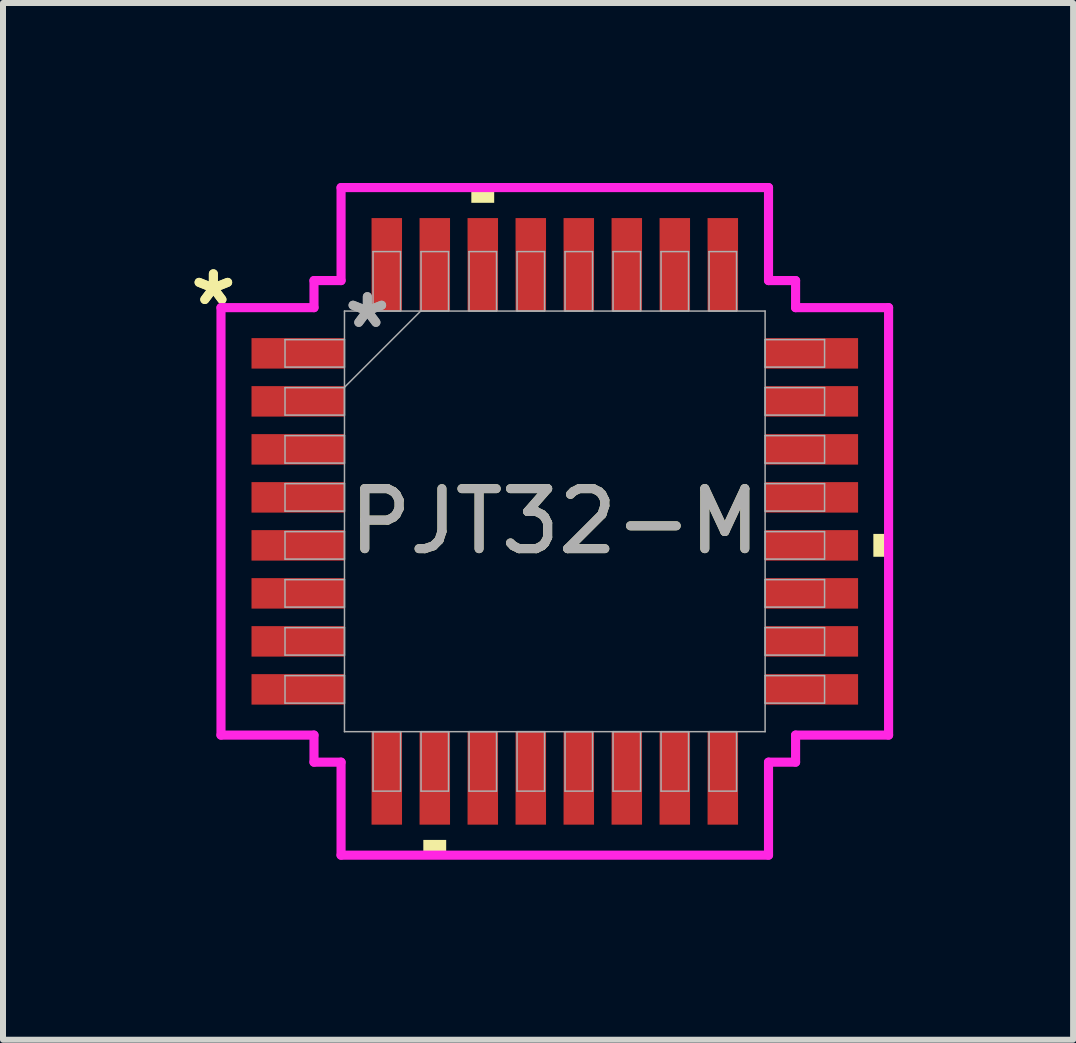
<source format=kicad_pcb>
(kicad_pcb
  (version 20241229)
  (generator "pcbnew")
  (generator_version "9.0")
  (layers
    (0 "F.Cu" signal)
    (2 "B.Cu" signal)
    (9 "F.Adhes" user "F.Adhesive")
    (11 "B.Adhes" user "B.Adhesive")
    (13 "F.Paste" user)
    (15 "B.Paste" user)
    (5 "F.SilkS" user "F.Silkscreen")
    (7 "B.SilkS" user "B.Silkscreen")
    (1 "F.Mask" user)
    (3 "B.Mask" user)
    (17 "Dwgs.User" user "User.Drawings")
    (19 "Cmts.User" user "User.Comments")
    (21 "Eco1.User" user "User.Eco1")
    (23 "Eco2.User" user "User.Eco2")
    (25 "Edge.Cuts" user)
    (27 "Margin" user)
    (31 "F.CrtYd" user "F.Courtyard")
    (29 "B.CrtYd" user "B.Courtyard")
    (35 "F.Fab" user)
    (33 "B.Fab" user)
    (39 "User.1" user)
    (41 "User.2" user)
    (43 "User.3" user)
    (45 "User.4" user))
  (footprint "PJT32-M"
    (layer "F.Cu")
    (at 6.196 5.639)
    (property "Reference" "PJT32-M" (at 0 0 0) (unlocked yes) (layer "F.SilkS") (effects (font (size 1 1) (thickness 0.15))))
    (attr smd)
    (fp_poly (pts (xy -2.191 5.309) (xy -2.191 5.563) (xy -1.81 5.563) (xy -1.81 5.309)) (stroke (width 0) (type solid)) (fill yes) (layer "F.SilkS"))
    (fp_poly (pts (xy -1.391 -5.309) (xy -1.391 -5.563) (xy -1.01 -5.563) (xy -1.01 -5.309)) (stroke (width 0) (type solid)) (fill yes) (layer "F.SilkS"))
    (fp_poly (pts (xy 5.563 0.209) (xy 5.563 0.59) (xy 5.309 0.59) (xy 5.309 0.209)) (stroke (width 0) (type solid)) (fill yes) (layer "F.SilkS"))
    (fp_line (start -5.563 -3.562) (end -4.013 -3.562) (stroke (width 0.152) (type solid)) (layer "F.CrtYd"))
    (fp_line (start -5.563 3.562) (end -5.563 -3.562) (stroke (width 0.152) (type solid)) (layer "F.CrtYd"))
    (fp_line (start -4.013 -4.013) (end -3.562 -4.013) (stroke (width 0.152) (type solid)) (layer "F.CrtYd"))
    (fp_line (start -4.013 -3.562) (end -4.013 -4.013) (stroke (width 0.152) (type solid)) (layer "F.CrtYd"))
    (fp_line (start -4.013 3.562) (end -5.563 3.562) (stroke (width 0.152) (type solid)) (layer "F.CrtYd"))
    (fp_line (start -4.013 4.013) (end -4.013 3.562) (stroke (width 0.152) (type solid)) (layer "F.CrtYd"))
    (fp_line (start -4.013 4.013) (end -3.562 4.013) (stroke (width 0.152) (type solid)) (layer "F.CrtYd"))
    (fp_line (start -3.562 -5.563) (end 3.562 -5.563) (stroke (width 0.152) (type solid)) (layer "F.CrtYd"))
    (fp_line (start -3.562 -4.013) (end -3.562 -5.563) (stroke (width 0.152) (type solid)) (layer "F.CrtYd"))
    (fp_line (start -3.562 4.013) (end -3.562 5.563) (stroke (width 0.152) (type solid)) (layer "F.CrtYd"))
    (fp_line (start -3.562 5.563) (end 3.562 5.563) (stroke (width 0.152) (type solid)) (layer "F.CrtYd"))
    (fp_line (start 3.562 -5.563) (end 3.562 -4.013) (stroke (width 0.152) (type solid)) (layer "F.CrtYd"))
    (fp_line (start 3.562 -4.013) (end 4.013 -4.013) (stroke (width 0.152) (type solid)) (layer "F.CrtYd"))
    (fp_line (start 3.562 4.013) (end 4.013 4.013) (stroke (width 0.152) (type solid)) (layer "F.CrtYd"))
    (fp_line (start 3.562 5.563) (end 3.562 4.013) (stroke (width 0.152) (type solid)) (layer "F.CrtYd"))
    (fp_line (start 4.013 -3.562) (end 4.013 -4.013) (stroke (width 0.152) (type solid)) (layer "F.CrtYd"))
    (fp_line (start 4.013 3.562) (end 5.563 3.562) (stroke (width 0.152) (type solid)) (layer "F.CrtYd"))
    (fp_line (start 4.013 4.013) (end 4.013 3.562) (stroke (width 0.152) (type solid)) (layer "F.CrtYd"))
    (fp_line (start 5.563 -3.562) (end 4.013 -3.562) (stroke (width 0.152) (type solid)) (layer "F.CrtYd"))
    (fp_line (start 5.563 3.562) (end 5.563 -3.562) (stroke (width 0.152) (type solid)) (layer "F.CrtYd"))
    (fp_line (start -4.496 -3.029) (end -4.496 -2.571) (stroke (width 0.025) (type solid)) (layer "F.Fab"))
    (fp_line (start -4.496 -2.571) (end -3.505 -2.571) (stroke (width 0.025) (type solid)) (layer "F.Fab"))
    (fp_line (start -4.496 -2.229) (end -4.496 -1.771) (stroke (width 0.025) (type solid)) (layer "F.Fab"))
    (fp_line (start -4.496 -1.771) (end -3.505 -1.771) (stroke (width 0.025) (type solid)) (layer "F.Fab"))
    (fp_line (start -4.496 -1.429) (end -4.496 -0.971) (stroke (width 0.025) (type solid)) (layer "F.Fab"))
    (fp_line (start -4.496 -0.971) (end -3.505 -0.971) (stroke (width 0.025) (type solid)) (layer "F.Fab"))
    (fp_line (start -4.496 -0.629) (end -4.496 -0.171) (stroke (width 0.025) (type solid)) (layer "F.Fab"))
    (fp_line (start -4.496 -0.171) (end -3.505 -0.171) (stroke (width 0.025) (type solid)) (layer "F.Fab"))
    (fp_line (start -4.496 0.171) (end -4.496 0.629) (stroke (width 0.025) (type solid)) (layer "F.Fab"))
    (fp_line (start -4.496 0.629) (end -3.505 0.629) (stroke (width 0.025) (type solid)) (layer "F.Fab"))
    (fp_line (start -4.496 0.971) (end -4.496 1.429) (stroke (width 0.025) (type solid)) (layer "F.Fab"))
    (fp_line (start -4.496 1.429) (end -3.505 1.429) (stroke (width 0.025) (type solid)) (layer "F.Fab"))
    (fp_line (start -4.496 1.771) (end -4.496 2.229) (stroke (width 0.025) (type solid)) (layer "F.Fab"))
    (fp_line (start -4.496 2.229) (end -3.505 2.229) (stroke (width 0.025) (type solid)) (layer "F.Fab"))
    (fp_line (start -4.496 2.571) (end -4.496 3.029) (stroke (width 0.025) (type solid)) (layer "F.Fab"))
    (fp_line (start -4.496 3.029) (end -3.505 3.029) (stroke (width 0.025) (type solid)) (layer "F.Fab"))
    (fp_line (start -3.505 -3.505) (end -3.505 3.505) (stroke (width 0.025) (type solid)) (layer "F.Fab"))
    (fp_line (start -3.505 -3.029) (end -4.496 -3.029) (stroke (width 0.025) (type solid)) (layer "F.Fab"))
    (fp_line (start -3.505 -2.571) (end -3.505 -3.029) (stroke (width 0.025) (type solid)) (layer "F.Fab"))
    (fp_line (start -3.505 -2.235) (end -2.235 -3.505) (stroke (width 0.025) (type solid)) (layer "F.Fab"))
    (fp_line (start -3.505 -2.229) (end -4.496 -2.229) (stroke (width 0.025) (type solid)) (layer "F.Fab"))
    (fp_line (start -3.505 -1.771) (end -3.505 -2.229) (stroke (width 0.025) (type solid)) (layer "F.Fab"))
    (fp_line (start -3.505 -1.429) (end -4.496 -1.429) (stroke (width 0.025) (type solid)) (layer "F.Fab"))
    (fp_line (start -3.505 -0.971) (end -3.505 -1.429) (stroke (width 0.025) (type solid)) (layer "F.Fab"))
    (fp_line (start -3.505 -0.629) (end -4.496 -0.629) (stroke (width 0.025) (type solid)) (layer "F.Fab"))
    (fp_line (start -3.505 -0.171) (end -3.505 -0.629) (stroke (width 0.025) (type solid)) (layer "F.Fab"))
    (fp_line (start -3.505 0.171) (end -4.496 0.171) (stroke (width 0.025) (type solid)) (layer "F.Fab"))
    (fp_line (start -3.505 0.629) (end -3.505 0.171) (stroke (width 0.025) (type solid)) (layer "F.Fab"))
    (fp_line (start -3.505 0.971) (end -4.496 0.971) (stroke (width 0.025) (type solid)) (layer "F.Fab"))
    (fp_line (start -3.505 1.429) (end -3.505 0.971) (stroke (width 0.025) (type solid)) (layer "F.Fab"))
    (fp_line (start -3.505 1.771) (end -4.496 1.771) (stroke (width 0.025) (type solid)) (layer "F.Fab"))
    (fp_line (start -3.505 2.229) (end -3.505 1.771) (stroke (width 0.025) (type solid)) (layer "F.Fab"))
    (fp_line (start -3.505 2.571) (end -4.496 2.571) (stroke (width 0.025) (type solid)) (layer "F.Fab"))
    (fp_line (start -3.505 3.029) (end -3.505 2.571) (stroke (width 0.025) (type solid)) (layer "F.Fab"))
    (fp_line (start -3.505 3.505) (end 3.505 3.505) (stroke (width 0.025) (type solid)) (layer "F.Fab"))
    (fp_line (start -3.029 -4.496) (end -3.029 -3.505) (stroke (width 0.025) (type solid)) (layer "F.Fab"))
    (fp_line (start -3.029 -3.505) (end -2.571 -3.505) (stroke (width 0.025) (type solid)) (layer "F.Fab"))
    (fp_line (start -3.029 3.505) (end -3.029 4.496) (stroke (width 0.025) (type solid)) (layer "F.Fab"))
    (fp_line (start -3.029 4.496) (end -2.571 4.496) (stroke (width 0.025) (type solid)) (layer "F.Fab"))
    (fp_line (start -2.571 -4.496) (end -3.029 -4.496) (stroke (width 0.025) (type solid)) (layer "F.Fab"))
    (fp_line (start -2.571 -3.505) (end -2.571 -4.496) (stroke (width 0.025) (type solid)) (layer "F.Fab"))
    (fp_line (start -2.571 3.505) (end -3.029 3.505) (stroke (width 0.025) (type solid)) (layer "F.Fab"))
    (fp_line (start -2.571 4.496) (end -2.571 3.505) (stroke (width 0.025) (type solid)) (layer "F.Fab"))
    (fp_line (start -2.229 -4.496) (end -2.229 -3.505) (stroke (width 0.025) (type solid)) (layer "F.Fab"))
    (fp_line (start -2.229 -3.505) (end -1.771 -3.505) (stroke (width 0.025) (type solid)) (layer "F.Fab"))
    (fp_line (start -2.229 3.505) (end -2.229 4.496) (stroke (width 0.025) (type solid)) (layer "F.Fab"))
    (fp_line (start -2.229 4.496) (end -1.771 4.496) (stroke (width 0.025) (type solid)) (layer "F.Fab"))
    (fp_line (start -1.771 -4.496) (end -2.229 -4.496) (stroke (width 0.025) (type solid)) (layer "F.Fab"))
    (fp_line (start -1.771 -3.505) (end -1.771 -4.496) (stroke (width 0.025) (type solid)) (layer "F.Fab"))
    (fp_line (start -1.771 3.505) (end -2.229 3.505) (stroke (width 0.025) (type solid)) (layer "F.Fab"))
    (fp_line (start -1.771 4.496) (end -1.771 3.505) (stroke (width 0.025) (type solid)) (layer "F.Fab"))
    (fp_line (start -1.429 -4.496) (end -1.429 -3.505) (stroke (width 0.025) (type solid)) (layer "F.Fab"))
    (fp_line (start -1.429 -3.505) (end -0.971 -3.505) (stroke (width 0.025) (type solid)) (layer "F.Fab"))
    (fp_line (start -1.429 3.505) (end -1.429 4.496) (stroke (width 0.025) (type solid)) (layer "F.Fab"))
    (fp_line (start -1.429 4.496) (end -0.971 4.496) (stroke (width 0.025) (type solid)) (layer "F.Fab"))
    (fp_line (start -0.971 -4.496) (end -1.429 -4.496) (stroke (width 0.025) (type solid)) (layer "F.Fab"))
    (fp_line (start -0.971 -3.505) (end -0.971 -4.496) (stroke (width 0.025) (type solid)) (layer "F.Fab"))
    (fp_line (start -0.971 3.505) (end -1.429 3.505) (stroke (width 0.025) (type solid)) (layer "F.Fab"))
    (fp_line (start -0.971 4.496) (end -0.971 3.505) (stroke (width 0.025) (type solid)) (layer "F.Fab"))
    (fp_line (start -0.629 -4.496) (end -0.629 -3.505) (stroke (width 0.025) (type solid)) (layer "F.Fab"))
    (fp_line (start -0.629 -3.505) (end -0.171 -3.505) (stroke (width 0.025) (type solid)) (layer "F.Fab"))
    (fp_line (start -0.629 3.505) (end -0.629 4.496) (stroke (width 0.025) (type solid)) (layer "F.Fab"))
    (fp_line (start -0.629 4.496) (end -0.171 4.496) (stroke (width 0.025) (type solid)) (layer "F.Fab"))
    (fp_line (start -0.171 -4.496) (end -0.629 -4.496) (stroke (width 0.025) (type solid)) (layer "F.Fab"))
    (fp_line (start -0.171 -3.505) (end -0.171 -4.496) (stroke (width 0.025) (type solid)) (layer "F.Fab"))
    (fp_line (start -0.171 3.505) (end -0.629 3.505) (stroke (width 0.025) (type solid)) (layer "F.Fab"))
    (fp_line (start -0.171 4.496) (end -0.171 3.505) (stroke (width 0.025) (type solid)) (layer "F.Fab"))
    (fp_line (start 0.171 -4.496) (end 0.171 -3.505) (stroke (width 0.025) (type solid)) (layer "F.Fab"))
    (fp_line (start 0.171 -3.505) (end 0.629 -3.505) (stroke (width 0.025) (type solid)) (layer "F.Fab"))
    (fp_line (start 0.171 3.505) (end 0.171 4.496) (stroke (width 0.025) (type solid)) (layer "F.Fab"))
    (fp_line (start 0.171 4.496) (end 0.629 4.496) (stroke (width 0.025) (type solid)) (layer "F.Fab"))
    (fp_line (start 0.629 -4.496) (end 0.171 -4.496) (stroke (width 0.025) (type solid)) (layer "F.Fab"))
    (fp_line (start 0.629 -3.505) (end 0.629 -4.496) (stroke (width 0.025) (type solid)) (layer "F.Fab"))
    (fp_line (start 0.629 3.505) (end 0.171 3.505) (stroke (width 0.025) (type solid)) (layer "F.Fab"))
    (fp_line (start 0.629 4.496) (end 0.629 3.505) (stroke (width 0.025) (type solid)) (layer "F.Fab"))
    (fp_line (start 0.971 -4.496) (end 0.971 -3.505) (stroke (width 0.025) (type solid)) (layer "F.Fab"))
    (fp_line (start 0.971 -3.505) (end 1.429 -3.505) (stroke (width 0.025) (type solid)) (layer "F.Fab"))
    (fp_line (start 0.971 3.505) (end 0.971 4.496) (stroke (width 0.025) (type solid)) (layer "F.Fab"))
    (fp_line (start 0.971 4.496) (end 1.429 4.496) (stroke (width 0.025) (type solid)) (layer "F.Fab"))
    (fp_line (start 1.429 -4.496) (end 0.971 -4.496) (stroke (width 0.025) (type solid)) (layer "F.Fab"))
    (fp_line (start 1.429 -3.505) (end 1.429 -4.496) (stroke (width 0.025) (type solid)) (layer "F.Fab"))
    (fp_line (start 1.429 3.505) (end 0.971 3.505) (stroke (width 0.025) (type solid)) (layer "F.Fab"))
    (fp_line (start 1.429 4.496) (end 1.429 3.505) (stroke (width 0.025) (type solid)) (layer "F.Fab"))
    (fp_line (start 1.771 -4.496) (end 1.771 -3.505) (stroke (width 0.025) (type solid)) (layer "F.Fab"))
    (fp_line (start 1.771 -3.505) (end 2.229 -3.505) (stroke (width 0.025) (type solid)) (layer "F.Fab"))
    (fp_line (start 1.771 3.505) (end 1.771 4.496) (stroke (width 0.025) (type solid)) (layer "F.Fab"))
    (fp_line (start 1.771 4.496) (end 2.229 4.496) (stroke (width 0.025) (type solid)) (layer "F.Fab"))
    (fp_line (start 2.229 -4.496) (end 1.771 -4.496) (stroke (width 0.025) (type solid)) (layer "F.Fab"))
    (fp_line (start 2.229 -3.505) (end 2.229 -4.496) (stroke (width 0.025) (type solid)) (layer "F.Fab"))
    (fp_line (start 2.229 3.505) (end 1.771 3.505) (stroke (width 0.025) (type solid)) (layer "F.Fab"))
    (fp_line (start 2.229 4.496) (end 2.229 3.505) (stroke (width 0.025) (type solid)) (layer "F.Fab"))
    (fp_line (start 2.571 -4.496) (end 2.571 -3.505) (stroke (width 0.025) (type solid)) (layer "F.Fab"))
    (fp_line (start 2.571 -3.505) (end 3.029 -3.505) (stroke (width 0.025) (type solid)) (layer "F.Fab"))
    (fp_line (start 2.571 3.505) (end 2.571 4.496) (stroke (width 0.025) (type solid)) (layer "F.Fab"))
    (fp_line (start 2.571 4.496) (end 3.029 4.496) (stroke (width 0.025) (type solid)) (layer "F.Fab"))
    (fp_line (start 3.029 -4.496) (end 2.571 -4.496) (stroke (width 0.025) (type solid)) (layer "F.Fab"))
    (fp_line (start 3.029 -3.505) (end 3.029 -4.496) (stroke (width 0.025) (type solid)) (layer "F.Fab"))
    (fp_line (start 3.029 3.505) (end 2.571 3.505) (stroke (width 0.025) (type solid)) (layer "F.Fab"))
    (fp_line (start 3.029 4.496) (end 3.029 3.505) (stroke (width 0.025) (type solid)) (layer "F.Fab"))
    (fp_line (start 3.505 -3.505) (end -3.505 -3.505) (stroke (width 0.025) (type solid)) (layer "F.Fab"))
    (fp_line (start 3.505 -3.029) (end 3.505 -2.571) (stroke (width 0.025) (type solid)) (layer "F.Fab"))
    (fp_line (start 3.505 -2.571) (end 4.496 -2.571) (stroke (width 0.025) (type solid)) (layer "F.Fab"))
    (fp_line (start 3.505 -2.229) (end 3.505 -1.771) (stroke (width 0.025) (type solid)) (layer "F.Fab"))
    (fp_line (start 3.505 -1.771) (end 4.496 -1.771) (stroke (width 0.025) (type solid)) (layer "F.Fab"))
    (fp_line (start 3.505 -1.429) (end 3.505 -0.971) (stroke (width 0.025) (type solid)) (layer "F.Fab"))
    (fp_line (start 3.505 -0.971) (end 4.496 -0.971) (stroke (width 0.025) (type solid)) (layer "F.Fab"))
    (fp_line (start 3.505 -0.629) (end 3.505 -0.171) (stroke (width 0.025) (type solid)) (layer "F.Fab"))
    (fp_line (start 3.505 -0.171) (end 4.496 -0.171) (stroke (width 0.025) (type solid)) (layer "F.Fab"))
    (fp_line (start 3.505 0.171) (end 3.505 0.629) (stroke (width 0.025) (type solid)) (layer "F.Fab"))
    (fp_line (start 3.505 0.629) (end 4.496 0.629) (stroke (width 0.025) (type solid)) (layer "F.Fab"))
    (fp_line (start 3.505 0.971) (end 3.505 1.429) (stroke (width 0.025) (type solid)) (layer "F.Fab"))
    (fp_line (start 3.505 1.429) (end 4.496 1.429) (stroke (width 0.025) (type solid)) (layer "F.Fab"))
    (fp_line (start 3.505 1.771) (end 3.505 2.229) (stroke (width 0.025) (type solid)) (layer "F.Fab"))
    (fp_line (start 3.505 2.229) (end 4.496 2.229) (stroke (width 0.025) (type solid)) (layer "F.Fab"))
    (fp_line (start 3.505 2.571) (end 3.505 3.029) (stroke (width 0.025) (type solid)) (layer "F.Fab"))
    (fp_line (start 3.505 3.029) (end 4.496 3.029) (stroke (width 0.025) (type solid)) (layer "F.Fab"))
    (fp_line (start 3.505 3.505) (end 3.505 -3.505) (stroke (width 0.025) (type solid)) (layer "F.Fab"))
    (fp_line (start 4.496 -3.029) (end 3.505 -3.029) (stroke (width 0.025) (type solid)) (layer "F.Fab"))
    (fp_line (start 4.496 -2.571) (end 4.496 -3.029) (stroke (width 0.025) (type solid)) (layer "F.Fab"))
    (fp_line (start 4.496 -2.229) (end 3.505 -2.229) (stroke (width 0.025) (type solid)) (layer "F.Fab"))
    (fp_line (start 4.496 -1.771) (end 4.496 -2.229) (stroke (width 0.025) (type solid)) (layer "F.Fab"))
    (fp_line (start 4.496 -1.429) (end 3.505 -1.429) (stroke (width 0.025) (type solid)) (layer "F.Fab"))
    (fp_line (start 4.496 -0.971) (end 4.496 -1.429) (stroke (width 0.025) (type solid)) (layer "F.Fab"))
    (fp_line (start 4.496 -0.629) (end 3.505 -0.629) (stroke (width 0.025) (type solid)) (layer "F.Fab"))
    (fp_line (start 4.496 -0.171) (end 4.496 -0.629) (stroke (width 0.025) (type solid)) (layer "F.Fab"))
    (fp_line (start 4.496 0.171) (end 3.505 0.171) (stroke (width 0.025) (type solid)) (layer "F.Fab"))
    (fp_line (start 4.496 0.629) (end 4.496 0.171) (stroke (width 0.025) (type solid)) (layer "F.Fab"))
    (fp_line (start 4.496 0.971) (end 3.505 0.971) (stroke (width 0.025) (type solid)) (layer "F.Fab"))
    (fp_line (start 4.496 1.429) (end 4.496 0.971) (stroke (width 0.025) (type solid)) (layer "F.Fab"))
    (fp_line (start 4.496 1.771) (end 3.505 1.771) (stroke (width 0.025) (type solid)) (layer "F.Fab"))
    (fp_line (start 4.496 2.229) (end 4.496 1.771) (stroke (width 0.025) (type solid)) (layer "F.Fab"))
    (fp_line (start 4.496 2.571) (end 3.505 2.571) (stroke (width 0.025) (type solid)) (layer "F.Fab"))
    (fp_line (start 4.496 3.029) (end 4.496 2.571) (stroke (width 0.025) (type solid)) (layer "F.Fab"))
    (fp_text user "*" (at -5.69 -3.581 0) (layer "F.SilkS") (effects (font (size 1 1) (thickness 0.15))))
    (fp_text user "*" (at -5.69 -3.581 0) (unlocked yes) (layer "F.SilkS") (effects (font (size 1 1) (thickness 0.15))))
    (fp_text user "*" (at -3.124 -3.2 0) (layer "F.Fab") (effects (font (size 1 1) (thickness 0.15))))
    (fp_text user "${REFERENCE}" (at 0 0 0) (unlocked yes) (layer "F.Fab") (effects (font (size 1 1) (thickness 0.15))))
    (fp_text user "*" (at -3.124 -3.2 0) (unlocked yes) (layer "F.Fab") (effects (font (size 1 1) (thickness 0.15))))
    (pad "1" smd rect (at -4.28 -2.8 90) (size 0.508 1.549) (layers "F.Cu" "F.Mask" "F.Paste"))
    (pad "2" smd rect (at -4.28 -2 90) (size 0.508 1.549) (layers "F.Cu" "F.Mask" "F.Paste"))
    (pad "3" smd rect (at -4.28 -1.2 90) (size 0.508 1.549) (layers "F.Cu" "F.Mask" "F.Paste"))
    (pad "4" smd rect (at -4.28 -0.4 90) (size 0.508 1.549) (layers "F.Cu" "F.Mask" "F.Paste"))
    (pad "5" smd rect (at -4.28 0.4 90) (size 0.508 1.549) (layers "F.Cu" "F.Mask" "F.Paste"))
    (pad "6" smd rect (at -4.28 1.2 90) (size 0.508 1.549) (layers "F.Cu" "F.Mask" "F.Paste"))
    (pad "7" smd rect (at -4.28 2 90) (size 0.508 1.549) (layers "F.Cu" "F.Mask" "F.Paste"))
    (pad "8" smd rect (at -4.28 2.8 90) (size 0.508 1.549) (layers "F.Cu" "F.Mask" "F.Paste"))
    (pad "9" smd rect (at -2.8 4.28) (size 0.508 1.549) (layers "F.Cu" "F.Mask" "F.Paste"))
    (pad "10" smd rect (at -2 4.28) (size 0.508 1.549) (layers "F.Cu" "F.Mask" "F.Paste"))
    (pad "11" smd rect (at -1.2 4.28) (size 0.508 1.549) (layers "F.Cu" "F.Mask" "F.Paste"))
    (pad "12" smd rect (at -0.4 4.28) (size 0.508 1.549) (layers "F.Cu" "F.Mask" "F.Paste"))
    (pad "13" smd rect (at 0.4 4.28) (size 0.508 1.549) (layers "F.Cu" "F.Mask" "F.Paste"))
    (pad "14" smd rect (at 1.2 4.28) (size 0.508 1.549) (layers "F.Cu" "F.Mask" "F.Paste"))
    (pad "15" smd rect (at 2 4.28) (size 0.508 1.549) (layers "F.Cu" "F.Mask" "F.Paste"))
    (pad "16" smd rect (at 2.8 4.28) (size 0.508 1.549) (layers "F.Cu" "F.Mask" "F.Paste"))
    (pad "17" smd rect (at 4.28 2.8 90) (size 0.508 1.549) (layers "F.Cu" "F.Mask" "F.Paste"))
    (pad "18" smd rect (at 4.28 2 90) (size 0.508 1.549) (layers "F.Cu" "F.Mask" "F.Paste"))
    (pad "19" smd rect (at 4.28 1.2 90) (size 0.508 1.549) (layers "F.Cu" "F.Mask" "F.Paste"))
    (pad "20" smd rect (at 4.28 0.4 90) (size 0.508 1.549) (layers "F.Cu" "F.Mask" "F.Paste"))
    (pad "21" smd rect (at 4.28 -0.4 90) (size 0.508 1.549) (layers "F.Cu" "F.Mask" "F.Paste"))
    (pad "22" smd rect (at 4.28 -1.2 90) (size 0.508 1.549) (layers "F.Cu" "F.Mask" "F.Paste"))
    (pad "23" smd rect (at 4.28 -2 90) (size 0.508 1.549) (layers "F.Cu" "F.Mask" "F.Paste"))
    (pad "24" smd rect (at 4.28 -2.8 90) (size 0.508 1.549) (layers "F.Cu" "F.Mask" "F.Paste"))
    (pad "25" smd rect (at 2.8 -4.28) (size 0.508 1.549) (layers "F.Cu" "F.Mask" "F.Paste"))
    (pad "26" smd rect (at 2 -4.28) (size 0.508 1.549) (layers "F.Cu" "F.Mask" "F.Paste"))
    (pad "27" smd rect (at 1.2 -4.28) (size 0.508 1.549) (layers "F.Cu" "F.Mask" "F.Paste"))
    (pad "28" smd rect (at 0.4 -4.28) (size 0.508 1.549) (layers "F.Cu" "F.Mask" "F.Paste"))
    (pad "29" smd rect (at -0.4 -4.28) (size 0.508 1.549) (layers "F.Cu" "F.Mask" "F.Paste"))
    (pad "30" smd rect (at -1.2 -4.28) (size 0.508 1.549) (layers "F.Cu" "F.Mask" "F.Paste"))
    (pad "31" smd rect (at -2 -4.28) (size 0.508 1.549) (layers "F.Cu" "F.Mask" "F.Paste"))
    (pad "32" smd rect (at -2.8 -4.28) (size 0.508 1.549) (layers "F.Cu" "F.Mask" "F.Paste")))
  (gr_rect
    (start -3 -3)
    (end 14.834 14.278)
    (stroke (width 0.1) (type default))
    (fill no)
    (layer "Edge.Cuts")))
</source>
